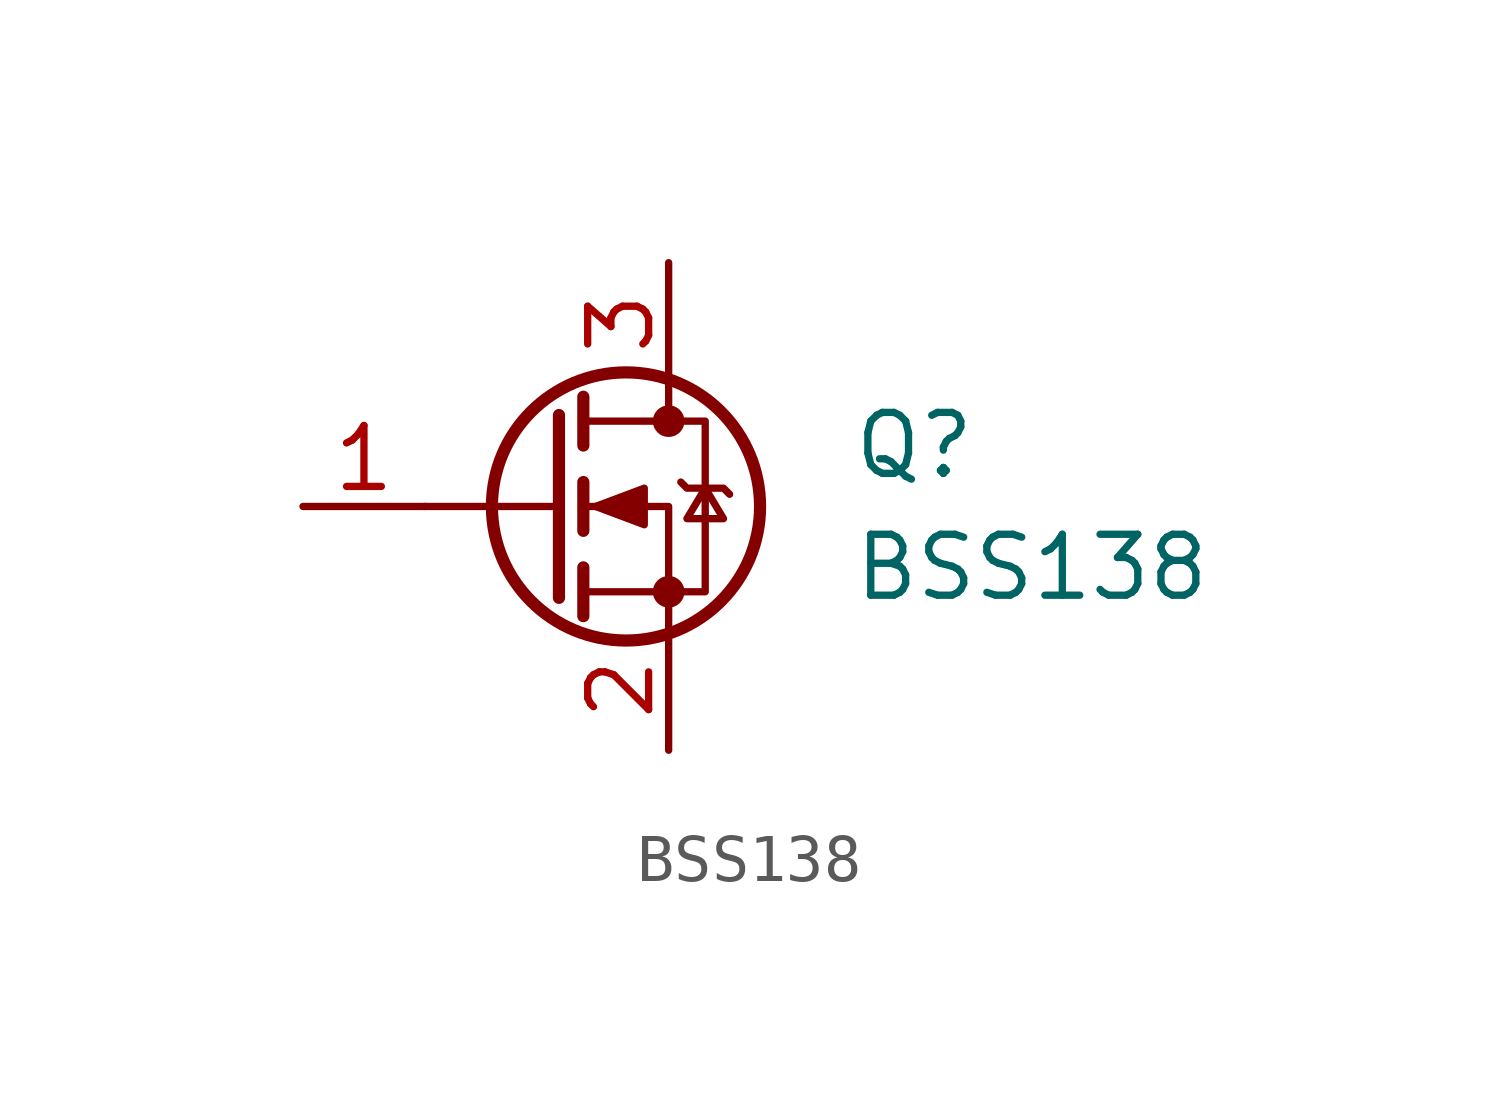
<source format=kicad_sym>
(kicad_symbol_lib
  (version 20220914)
  (generator kicad_symbol_editor)
  (symbol "BSS138"
    (pin_names
      (offset 0) hide)
    (property "Reference" "Q"
      (at 6.35 1.27 0)
      (effects (font (size 1.27 1.27)) (justify left)))
    (property "Value" "BSS138"
      (at 6.35 -1.27 0)
      (effects (font (size 1.27 1.27)) (justify left)))
    (symbol "BSS138_0_1"
      (polyline (pts (xy 0.254 0) (xy -2.54 0)) (stroke (width 0) (type default)) (fill (type none)))
      (polyline (pts (xy 0.254 1.905) (xy 0.254 -1.905)) (stroke (width 0.254) (type default)) (fill (type none)))
      (polyline (pts (xy 0.762 -1.27) (xy 0.762 -2.286)) (stroke (width 0.254) (type default)) (fill (type none)))
      (polyline (pts (xy 0.762 0.508) (xy 0.762 -0.508)) (stroke (width 0.254) (type default)) (fill (type none)))
      (polyline (pts (xy 0.762 2.286) (xy 0.762 1.27)) (stroke (width 0.254) (type default)) (fill (type none)))
      (polyline (pts (xy 2.54 2.54) (xy 2.54 1.778)) (stroke (width 0) (type default)) (fill (type none)))
      (polyline (pts (xy 2.54 -2.54) (xy 2.54 0) (xy 0.762 0)) (stroke (width 0) (type default)) (fill (type none)))
      (polyline (pts (xy 0.762 -1.778) (xy 3.302 -1.778) (xy 3.302 1.778) (xy 0.762 1.778)) (stroke (width 0) (type default)) (fill (type none)))
      (polyline (pts (xy 1.016 0) (xy 2.032 0.381) (xy 2.032 -0.381) (xy 1.016 0)) (stroke (width 0) (type default)) (fill (type outline)))
      (polyline (pts (xy 2.794 0.508) (xy 2.921 0.381) (xy 3.683 0.381) (xy 3.81 0.254)) (stroke (width 0) (type default)) (fill (type none)))
      (polyline (pts (xy 3.302 0.381) (xy 2.921 -0.254) (xy 3.683 -0.254) (xy 3.302 0.381)) (stroke (width 0) (type default)) (fill (type none)))
      (circle (center 1.651 0) (radius 2.794) (stroke (width 0.254) (type default)) (fill (type none)))
      (circle (center 2.54 -1.778) (radius 0.254) (stroke (width 0) (type default)) (fill (type outline)))
      (circle (center 2.54 1.778) (radius 0.254) (stroke (width 0) (type default)) (fill (type outline))))
    (symbol "BSS138_1_1"
      (pin input line (at -5.08 0 0) (length 2.54) (name "G" (effects (font (size 1.27 1.27)))) (number "1" (effects (font (size 1.27 1.27)))))
      (pin passive line (at 2.54 -5.08 90) (length 2.54) (name "S" (effects (font (size 1.27 1.27)))) (number "2" (effects (font (size 1.27 1.27)))))
      (pin passive line (at 2.54 5.08 270) (length 2.54) (name "D" (effects (font (size 1.27 1.27)))) (number "3" (effects (font (size 1.27 1.27))))))))
</source>
